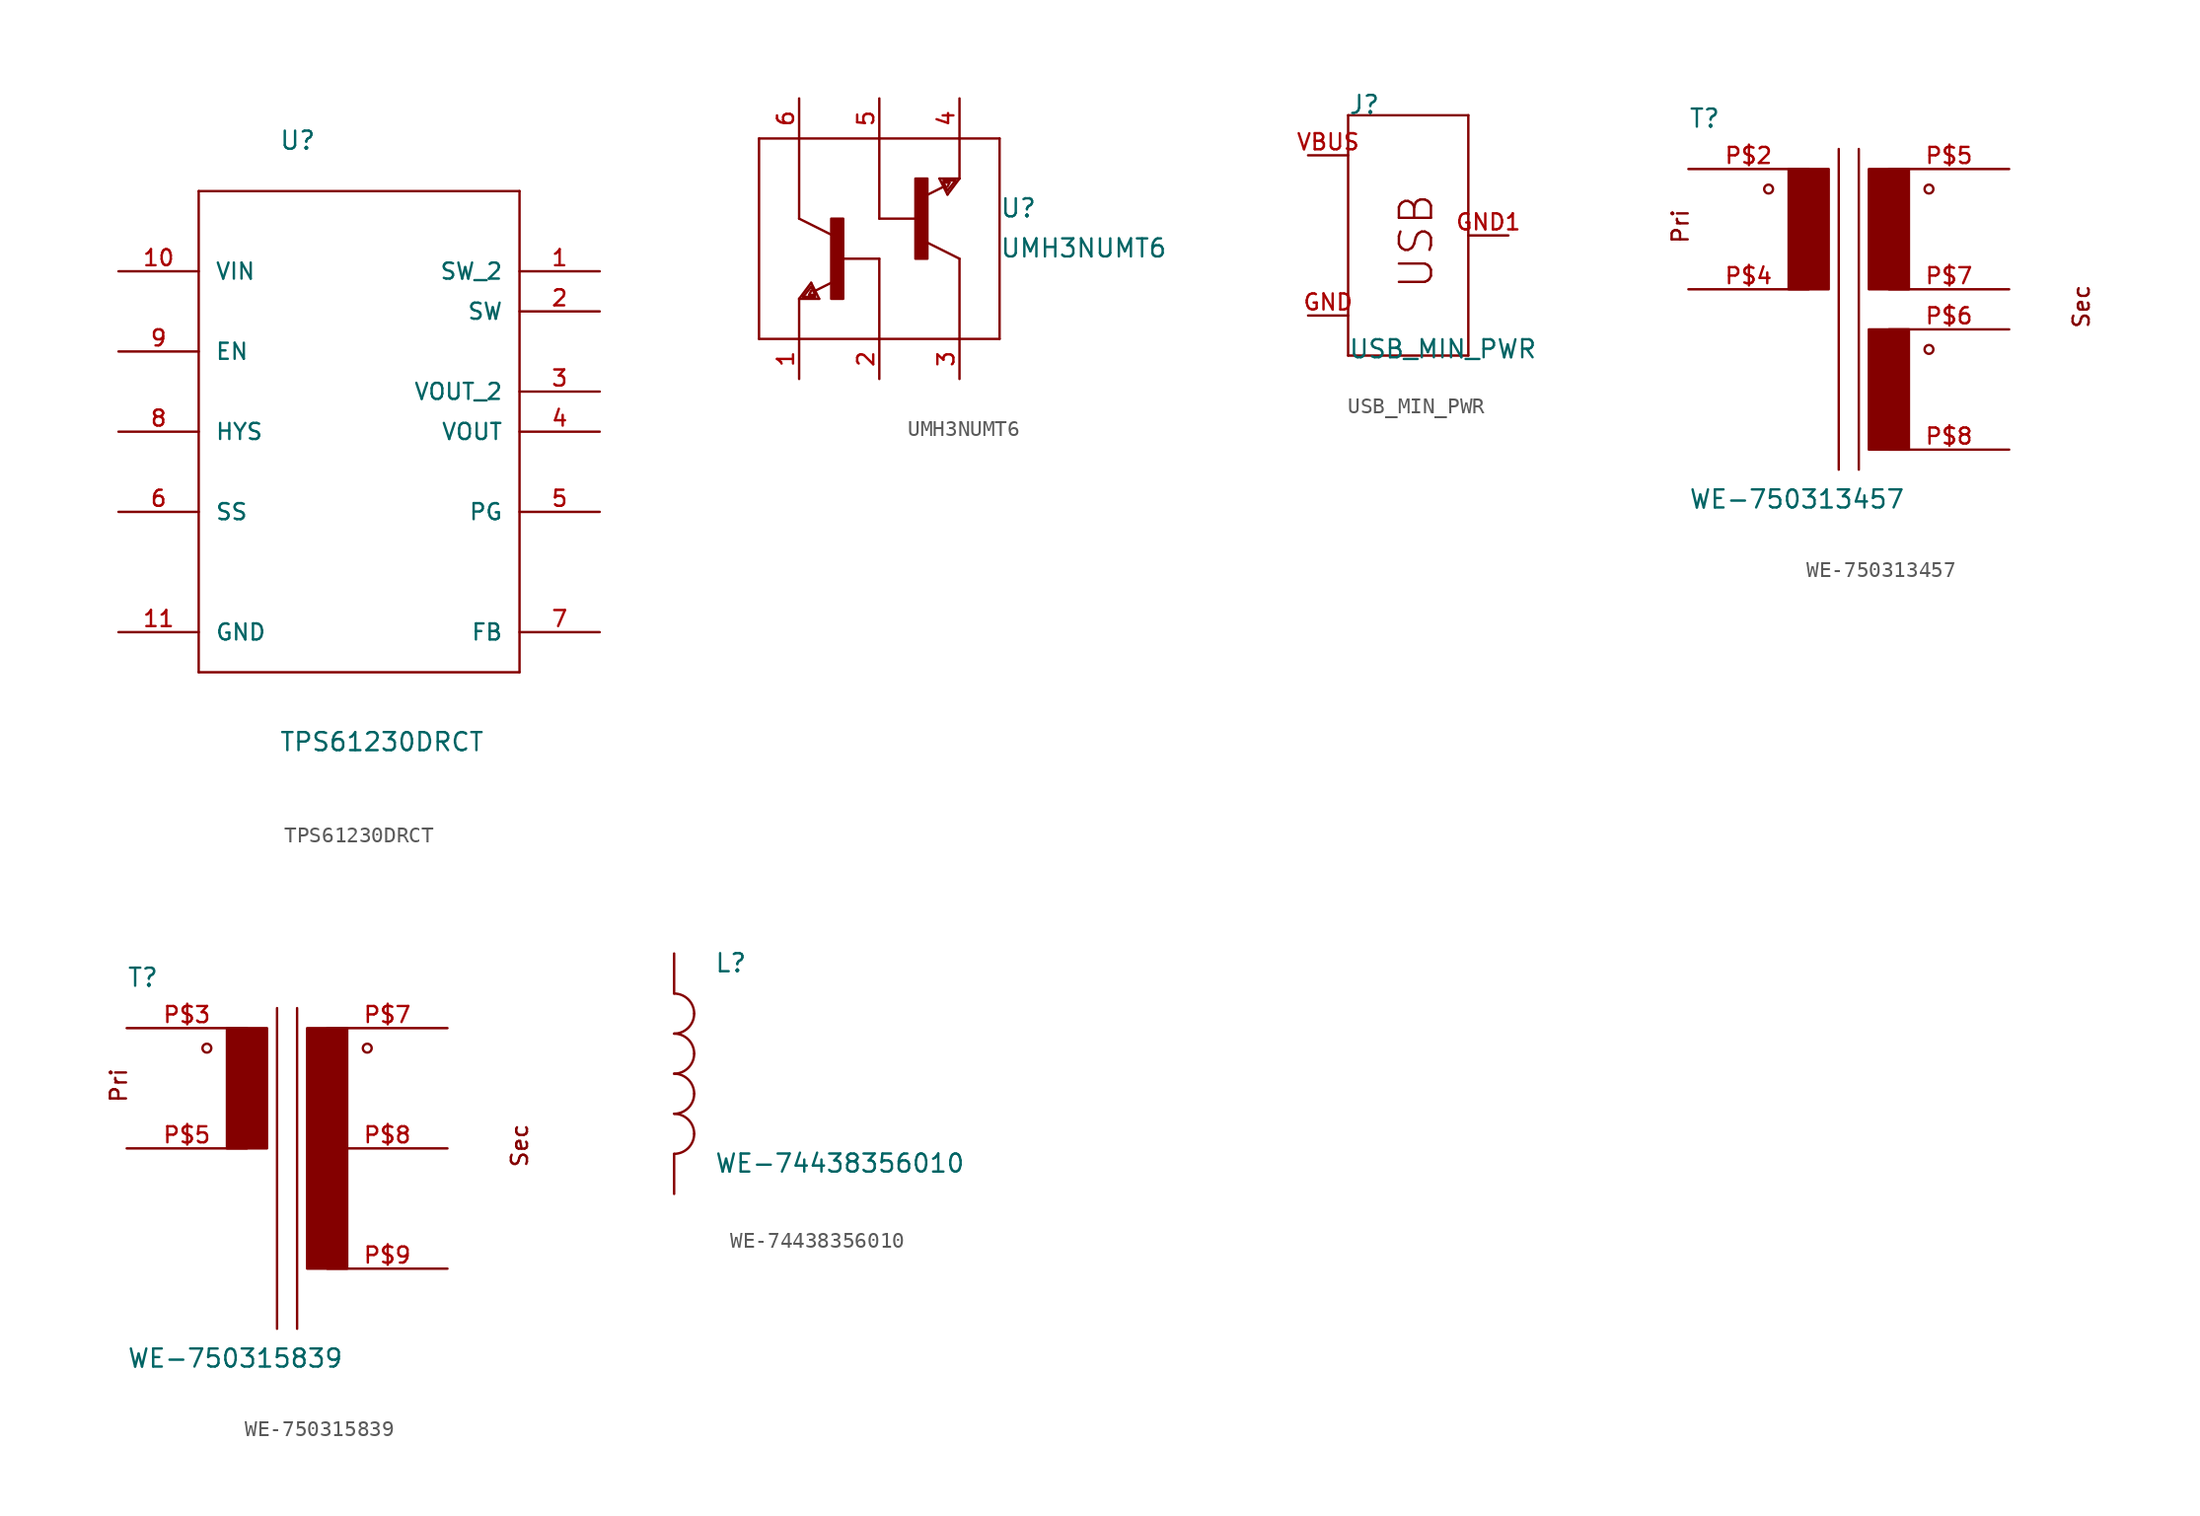
<source format=kicad_sym>
(kicad_symbol_lib
  (version 20220914)
  (generator kicad_symbol_editor)
  (symbol "TPS61230DRCT"
    (pin_names
      (offset 1.016))
    (property "Reference" "U"
      (at -5.08 17.78 0)
      (effects (font (size 1.143 1.143)) (justify left bottom)))
    (property "Value" "TPS61230DRCT"
      (at -5.08 -20.32 0)
      (effects (font (size 1.143 1.143)) (justify left bottom)))
    (property "ki_locked" ""
      (at 0 0 0)
      (effects (font (size 1.27 1.27))))
    (symbol "TPS61230DRCT_1_0"
      (polyline (pts (xy -10.16 -15.24) (xy 10.16 -15.24)) (stroke (width 0) (type solid)) (fill (type none)))
      (polyline (pts (xy -10.16 15.24) (xy -10.16 -15.24)) (stroke (width 0) (type solid)) (fill (type none)))
      (polyline (pts (xy 10.16 -15.24) (xy 10.16 15.24)) (stroke (width 0) (type solid)) (fill (type none)))
      (polyline (pts (xy 10.16 15.24) (xy -10.16 15.24)) (stroke (width 0) (type solid)) (fill (type none))))
    (symbol "TPS61230DRCT_1_1"
      (pin power_in line (at 15.24 10.16 180) (length 5.08) (name "SW_2" (effects (font (size 1.016 1.016)))) (number "1" (effects (font (size 1.016 1.016)))))
      (pin power_in line (at -15.24 10.16 0) (length 5.08) (name "VIN" (effects (font (size 1.016 1.016)))) (number "10" (effects (font (size 1.016 1.016)))))
      (pin power_in line (at -15.24 -12.7 0) (length 5.08) (name "GND" (effects (font (size 1.016 1.016)))) (number "11" (effects (font (size 1.016 1.016)))))
      (pin power_in line (at 15.24 7.62 180) (length 5.08) (name "SW" (effects (font (size 1.016 1.016)))) (number "2" (effects (font (size 1.016 1.016)))))
      (pin power_in line (at 15.24 2.54 180) (length 5.08) (name "VOUT_2" (effects (font (size 1.016 1.016)))) (number "3" (effects (font (size 1.016 1.016)))))
      (pin power_in line (at 15.24 0 180) (length 5.08) (name "VOUT" (effects (font (size 1.016 1.016)))) (number "4" (effects (font (size 1.016 1.016)))))
      (pin output line (at 15.24 -5.08 180) (length 5.08) (name "PG" (effects (font (size 1.016 1.016)))) (number "5" (effects (font (size 1.016 1.016)))))
      (pin input line (at -15.24 -5.08 0) (length 5.08) (name "SS" (effects (font (size 1.016 1.016)))) (number "6" (effects (font (size 1.016 1.016)))))
      (pin input line (at 15.24 -12.7 180) (length 5.08) (name "FB" (effects (font (size 1.016 1.016)))) (number "7" (effects (font (size 1.016 1.016)))))
      (pin output line (at -15.24 0 0) (length 5.08) (name "HYS" (effects (font (size 1.016 1.016)))) (number "8" (effects (font (size 1.016 1.016)))))
      (pin input line (at -15.24 5.08 0) (length 5.08) (name "EN" (effects (font (size 1.016 1.016)))) (number "9" (effects (font (size 1.016 1.016)))))))
  (symbol "UMH3NUMT6"
    (pin_names
      (offset 1.016) hide)
    (property "Reference" "U"
      (at 2.54 0 0)
      (effects (font (size 1.143 1.143)) (justify left bottom)))
    (property "Value" "UMH3NUMT6"
      (at 2.54 -2.54 0)
      (effects (font (size 1.143 1.143)) (justify left bottom)))
    (property "ki_locked" ""
      (at 0 0 0)
      (effects (font (size 1.27 1.27))))
    (symbol "UMH3NUMT6_1_0"
      (polyline (pts (xy -12.7 5.08) (xy -12.7 -7.62)) (stroke (width 0) (type solid)) (fill (type none)))
      (polyline (pts (xy -12.7 5.08) (xy -10.16 5.08)) (stroke (width 0) (type solid)) (fill (type none)))
      (polyline (pts (xy -10.16 -7.62) (xy -12.7 -7.62)) (stroke (width 0) (type solid)) (fill (type none)))
      (polyline (pts (xy -10.16 -5.08) (xy -10.16 -7.62)) (stroke (width 0) (type solid)) (fill (type none)))
      (polyline (pts (xy -10.16 -5.08) (xy -8.89 -5.08)) (stroke (width 0) (type solid)) (fill (type none)))
      (polyline (pts (xy -10.16 0) (xy -10.16 5.08)) (stroke (width 0) (type solid)) (fill (type none)))
      (polyline (pts (xy -10.16 0) (xy -8.128 -1.016)) (stroke (width 0) (type solid)) (fill (type none)))
      (polyline (pts (xy -10.16 5.08) (xy -5.08 5.08)) (stroke (width 0) (type solid)) (fill (type none)))
      (polyline (pts (xy -9.906 -4.953) (xy -9.398 -4.318)) (stroke (width 0) (type solid)) (fill (type none)))
      (polyline (pts (xy -9.525 -4.826) (xy -9.398 -4.572)) (stroke (width 0) (type solid)) (fill (type none)))
      (polyline (pts (xy -9.398 -4.318) (xy -9.144 -4.826)) (stroke (width 0) (type solid)) (fill (type none)))
      (polyline (pts (xy -9.398 -4.064) (xy -10.16 -5.08)) (stroke (width 0) (type solid)) (fill (type none)))
      (polyline (pts (xy -9.144 -4.953) (xy -9.906 -4.953)) (stroke (width 0) (type solid)) (fill (type none)))
      (polyline (pts (xy -9.144 -4.826) (xy -9.525 -4.826)) (stroke (width 0) (type solid)) (fill (type none)))
      (polyline (pts (xy -9.144 -4.572) (xy -7.925 -3.962)) (stroke (width 0) (type solid)) (fill (type none)))
      (polyline (pts (xy -8.89 -5.08) (xy -9.398 -4.064)) (stroke (width 0) (type solid)) (fill (type none)))
      (polyline (pts (xy -7.62 -2.54) (xy -5.08 -2.54)) (stroke (width 0) (type solid)) (fill (type none)))
      (polyline (pts (xy -5.08 -7.62) (xy -10.16 -7.62)) (stroke (width 0) (type solid)) (fill (type none)))
      (polyline (pts (xy -5.08 -2.54) (xy -5.08 -7.62)) (stroke (width 0) (type solid)) (fill (type none)))
      (polyline (pts (xy -5.08 0) (xy -5.08 5.08)) (stroke (width 0) (type solid)) (fill (type none)))
      (polyline (pts (xy -5.08 5.08) (xy 0 5.08)) (stroke (width 0) (type solid)) (fill (type none)))
      (polyline (pts (xy -2.54 0) (xy -5.08 0)) (stroke (width 0) (type solid)) (fill (type none)))
      (polyline (pts (xy -1.27 2.54) (xy -0.762 1.524)) (stroke (width 0) (type solid)) (fill (type none)))
      (polyline (pts (xy -1.016 2.286) (xy -0.635 2.286)) (stroke (width 0) (type solid)) (fill (type none)))
      (polyline (pts (xy -1.016 2.413) (xy -0.254 2.413)) (stroke (width 0) (type solid)) (fill (type none)))
      (polyline (pts (xy -0.991 2.032) (xy -2.21 1.422)) (stroke (width 0) (type solid)) (fill (type none)))
      (polyline (pts (xy -0.762 1.524) (xy 0 2.54)) (stroke (width 0) (type solid)) (fill (type none)))
      (polyline (pts (xy -0.762 1.778) (xy -1.016 2.286)) (stroke (width 0) (type solid)) (fill (type none)))
      (polyline (pts (xy -0.635 2.286) (xy -0.762 2.032)) (stroke (width 0) (type solid)) (fill (type none)))
      (polyline (pts (xy -0.254 2.413) (xy -0.762 1.778)) (stroke (width 0) (type solid)) (fill (type none)))
      (polyline (pts (xy 0 -7.62) (xy -5.08 -7.62)) (stroke (width 0) (type solid)) (fill (type none)))
      (polyline (pts (xy 0 -2.54) (xy -2.032 -1.524)) (stroke (width 0) (type solid)) (fill (type none)))
      (polyline (pts (xy 0 -2.54) (xy 0 -7.62)) (stroke (width 0) (type solid)) (fill (type none)))
      (polyline (pts (xy 0 2.54) (xy -1.27 2.54)) (stroke (width 0) (type solid)) (fill (type none)))
      (polyline (pts (xy 0 5.08) (xy 0 2.54)) (stroke (width 0) (type solid)) (fill (type none)))
      (polyline (pts (xy 0 5.08) (xy 2.54 5.08)) (stroke (width 0) (type solid)) (fill (type none)))
      (polyline (pts (xy 2.54 -7.62) (xy 0 -7.62)) (stroke (width 0) (type solid)) (fill (type none)))
      (polyline (pts (xy 2.54 5.08) (xy 2.54 -7.62)) (stroke (width 0) (type solid)) (fill (type none))))
    (symbol "UMH3NUMT6_1_1"
      (rectangle (start -8.128 -5.08) (end -7.366 0) (stroke (width 0) (type solid)) (fill (type outline)))
      (rectangle (start -2.794 -2.54) (end -2.032 2.54) (stroke (width 0) (type solid)) (fill (type outline)))
      (pin output line (at -10.16 -10.16 90) (length 2.54) (name "E1" (effects (font (size 1.016 1.016)))) (number "1" (effects (font (size 1.016 1.016)))))
      (pin input line (at -5.08 -10.16 90) (length 2.54) (name "B1" (effects (font (size 1.016 1.016)))) (number "2" (effects (font (size 1.016 1.016)))))
      (pin input line (at 0 -10.16 90) (length 2.54) (name "C2" (effects (font (size 1.016 1.016)))) (number "3" (effects (font (size 1.016 1.016)))))
      (pin output line (at 0 7.62 270) (length 2.54) (name "E2" (effects (font (size 1.016 1.016)))) (number "4" (effects (font (size 1.016 1.016)))))
      (pin input line (at -5.08 7.62 270) (length 2.54) (name "B2" (effects (font (size 1.016 1.016)))) (number "5" (effects (font (size 1.016 1.016)))))
      (pin input line (at -10.16 7.62 270) (length 2.54) (name "C1" (effects (font (size 1.016 1.016)))) (number "6" (effects (font (size 1.016 1.016)))))))
  (symbol "USB_MIN_PWR"
    (pin_names
      (offset 1.016) hide)
    (property "Reference" "J"
      (at -2.54 7.62 0)
      (effects (font (size 1.143 1.143)) (justify left bottom)))
    (property "Value" "USB_MIN_PWR"
      (at -2.54 -7.874 0)
      (effects (font (size 1.143 1.143)) (justify left bottom)))
    (property "ki_locked" ""
      (at 0 0 0)
      (effects (font (size 1.27 1.27))))
    (symbol "USB_MIN_PWR_1_0"
      (polyline (pts (xy -2.54 -7.62) (xy 5.08 -7.62)) (stroke (width 0) (type solid)) (fill (type none)))
      (polyline (pts (xy -2.54 7.62) (xy -2.54 -7.62)) (stroke (width 0) (type solid)) (fill (type none)))
      (polyline (pts (xy 5.08 7.62) (xy -2.54 7.62)) (stroke (width 0) (type solid)) (fill (type none)))
      (polyline (pts (xy 5.08 7.62) (xy 5.08 -7.62)) (stroke (width 0) (type solid)) (fill (type none)))
      (text "USB" (at 1.778 -0.381 900) (effects (font (size 2.032 2.032)))))
    (symbol "USB_MIN_PWR_1_1"
      (pin power_in line (at -5.08 -5.08 0) (length 2.54) (name "GND" (effects (font (size 1.016 1.016)))) (number "GND" (effects (font (size 1.016 1.016)))))
      (pin bidirectional line (at 7.62 0 180) (length 2.54) (name "SHIELD" (effects (font (size 1.016 1.016)))) (number "GND1" (effects (font (size 1.016 1.016)))))
      (pin bidirectional line (at 7.62 0 180) (length 2.54) hide (name "SHIELD" (effects (font (size 1.016 1.016)))) (number "GND4" (effects (font (size 1.016 1.016)))))
      (pin power_in line (at -5.08 5.08 0) (length 2.54) (name "VBUS" (effects (font (size 1.016 1.016)))) (number "VBUS" (effects (font (size 1.016 1.016)))))))
  (symbol "WE-750313457"
    (pin_names
      (offset 1.016) hide)
    (property "Reference" "T"
      (at -10.16 10.16 0)
      (effects (font (size 1.143 1.143)) (justify left bottom)))
    (property "Value" "WE-750313457"
      (at -10.16 -13.97 0)
      (effects (font (size 1.143 1.143)) (justify left bottom)))
    (property "ki_locked" ""
      (at 0 0 0)
      (effects (font (size 1.27 1.27))))
    (symbol "WE-750313457_1_0"
      (polyline (pts (xy -0.635 8.89) (xy -0.635 -11.43)) (stroke (width 0) (type solid)) (fill (type none)))
      (polyline (pts (xy 0.635 8.89) (xy 0.635 -11.43)) (stroke (width 0) (type solid)) (fill (type none)))
      (text "Pri" (at -10.668 3.988 900) (effects (font (size 1.016 1.016))))
      (text "Sec" (at 14.732 -1.092 900) (effects (font (size 1.016 1.016)))))
    (symbol "WE-750313457_1_1"
      (circle (center -5.08 6.35) (radius 0.279) (stroke (width 0) (type solid)) (fill (type none)))
      (rectangle (start -3.81 0) (end -1.27 7.62) (stroke (width 0) (type solid)) (fill (type outline)))
      (rectangle (start 1.27 -10.16) (end 3.81 -2.54) (stroke (width 0) (type solid)) (fill (type outline)))
      (rectangle (start 1.27 0) (end 3.81 7.62) (stroke (width 0) (type solid)) (fill (type outline)))
      (circle (center 5.08 -3.81) (radius 0.279) (stroke (width 0) (type solid)) (fill (type none)))
      (circle (center 5.08 6.35) (radius 0.279) (stroke (width 0) (type solid)) (fill (type none)))
      (pin passive line (at -10.16 7.62 0) (length 7.62) (name "2" (effects (font (size 1.016 1.016)))) (number "P$2" (effects (font (size 1.016 1.016)))))
      (pin passive line (at -10.16 0 0) (length 7.62) (name "4" (effects (font (size 1.016 1.016)))) (number "P$4" (effects (font (size 1.016 1.016)))))
      (pin passive line (at 10.16 7.62 180) (length 7.62) (name "5" (effects (font (size 1.016 1.016)))) (number "P$5" (effects (font (size 1.016 1.016)))))
      (pin passive line (at 10.16 -2.54 180) (length 7.62) (name "6" (effects (font (size 1.016 1.016)))) (number "P$6" (effects (font (size 1.016 1.016)))))
      (pin passive line (at 10.16 0 180) (length 7.62) (name "7" (effects (font (size 1.016 1.016)))) (number "P$7" (effects (font (size 1.016 1.016)))))
      (pin passive line (at 10.16 -10.16 180) (length 7.62) (name "8" (effects (font (size 1.016 1.016)))) (number "P$8" (effects (font (size 1.016 1.016)))))))
  (symbol "WE-750315839"
    (pin_names
      (offset 1.016) hide)
    (property "Reference" "T"
      (at -10.16 10.16 0)
      (effects (font (size 1.143 1.143)) (justify left bottom)))
    (property "Value" "WE-750315839"
      (at -10.16 -13.97 0)
      (effects (font (size 1.143 1.143)) (justify left bottom)))
    (property "ki_locked" ""
      (at 0 0 0)
      (effects (font (size 1.27 1.27))))
    (symbol "WE-750315839_1_0"
      (polyline (pts (xy -0.635 8.89) (xy -0.635 -11.43)) (stroke (width 0) (type solid)) (fill (type none)))
      (polyline (pts (xy 0.635 8.89) (xy 0.635 -11.43)) (stroke (width 0) (type solid)) (fill (type none)))
      (text "Pri" (at -10.668 3.988 900) (effects (font (size 1.016 1.016))))
      (text "Sec" (at 14.732 0.178 900) (effects (font (size 1.016 1.016)))))
    (symbol "WE-750315839_1_1"
      (circle (center -5.08 6.35) (radius 0.279) (stroke (width 0) (type solid)) (fill (type none)))
      (rectangle (start -3.81 0) (end -1.27 7.62) (stroke (width 0) (type solid)) (fill (type outline)))
      (rectangle (start 1.27 -7.62) (end 3.81 7.62) (stroke (width 0) (type solid)) (fill (type outline)))
      (circle (center 5.08 6.35) (radius 0.279) (stroke (width 0) (type solid)) (fill (type none)))
      (pin passive line (at -10.16 7.62 0) (length 7.62) (name "3" (effects (font (size 1.016 1.016)))) (number "P$3" (effects (font (size 1.016 1.016)))))
      (pin passive line (at -10.16 0 0) (length 7.62) (name "5" (effects (font (size 1.016 1.016)))) (number "P$5" (effects (font (size 1.016 1.016)))))
      (pin passive line (at 10.16 7.62 180) (length 7.62) (name "7" (effects (font (size 1.016 1.016)))) (number "P$7" (effects (font (size 1.016 1.016)))))
      (pin passive line (at 10.16 0 180) (length 7.62) (name "8" (effects (font (size 1.016 1.016)))) (number "P$8" (effects (font (size 1.016 1.016)))))
      (pin passive line (at 10.16 -7.62 180) (length 7.62) (name "9" (effects (font (size 1.016 1.016)))) (number "P$9" (effects (font (size 1.016 1.016)))))))
  (symbol "WE-74438356010"
    (pin_numbers hide)
    (pin_names
      (offset 1.016) hide)
    (property "Reference" "L"
      (at 2.54 6.35 0)
      (effects (font (size 1.143 1.143)) (justify left bottom)))
    (property "Value" "WE-74438356010"
      (at 2.54 -6.35 0)
      (effects (font (size 1.143 1.143)) (justify left bottom)))
    (property "ki_locked" ""
      (at 0 0 0)
      (effects (font (size 1.27 1.27))))
    (symbol "WE-74438356010_1_1"
      (arc (start 0 -5.08) (mid 0.898 -4.708) (end 1.27 -3.81) (stroke (width 0) (type solid)) (fill (type none)))
      (arc (start 0 -2.54) (mid 0.898 -2.168) (end 1.27 -1.27) (stroke (width 0) (type solid)) (fill (type none)))
      (arc (start 0 0) (mid 0.898 0.372) (end 1.27 1.27) (stroke (width 0) (type solid)) (fill (type none)))
      (arc (start 0 2.54) (mid 0.898 2.912) (end 1.27 3.81) (stroke (width 0) (type solid)) (fill (type none)))
      (arc (start 1.27 -3.81) (mid 0.898 -2.912) (end 0 -2.54) (stroke (width 0) (type solid)) (fill (type none)))
      (arc (start 1.27 -1.27) (mid 0.898 -0.372) (end 0 0) (stroke (width 0) (type solid)) (fill (type none)))
      (arc (start 1.27 1.27) (mid 0.898 2.168) (end 0 2.54) (stroke (width 0) (type solid)) (fill (type none)))
      (arc (start 1.27 3.81) (mid 0.898 4.708) (end 0 5.08) (stroke (width 0) (type solid)) (fill (type none)))
      (pin passive line (at 0 7.62 270) (length 2.54) (name "1" (effects (font (size 1.016 1.016)))) (number "1" (effects (font (size 1.016 1.016)))))
      (pin passive line (at 0 -7.62 90) (length 2.54) (name "2" (effects (font (size 1.016 1.016)))) (number "2" (effects (font (size 1.016 1.016))))))))
</source>
